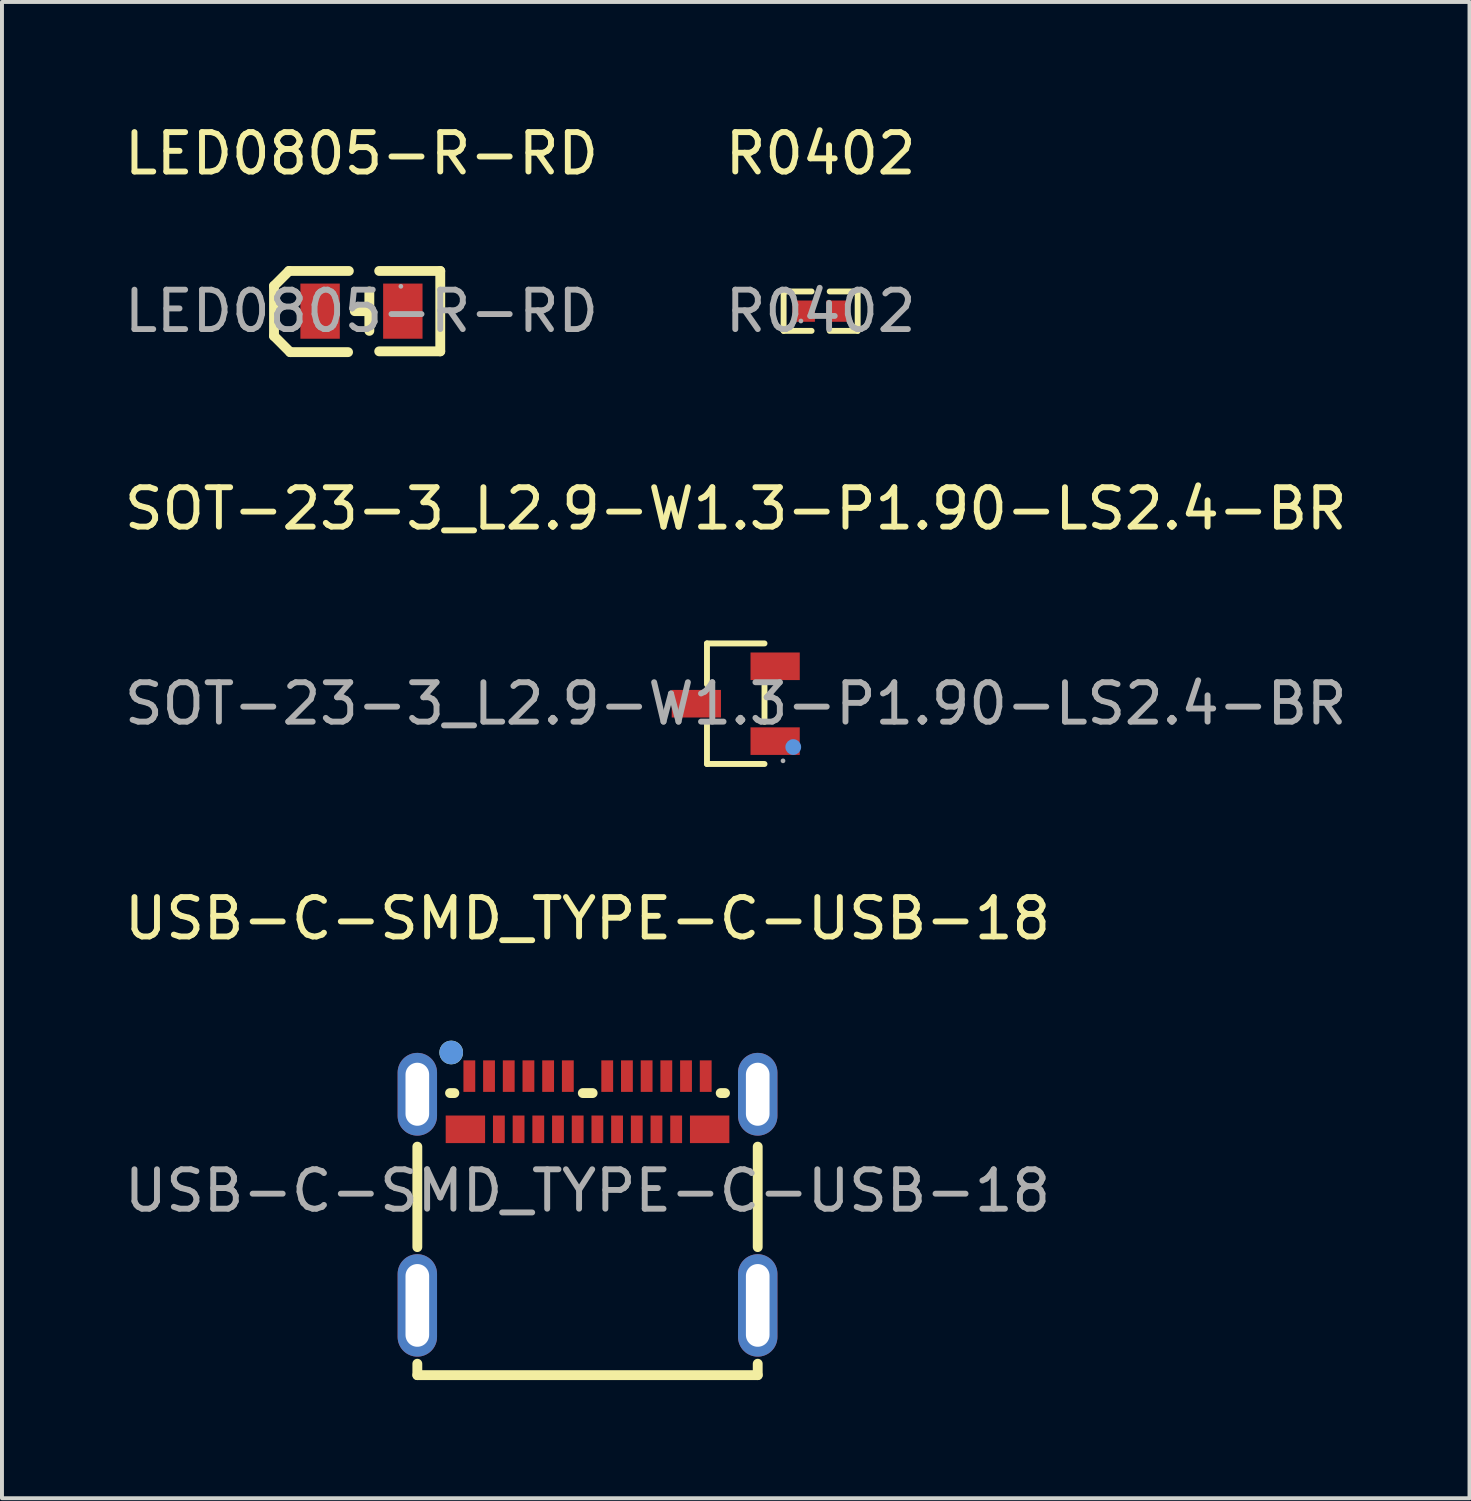
<source format=kicad_pcb>
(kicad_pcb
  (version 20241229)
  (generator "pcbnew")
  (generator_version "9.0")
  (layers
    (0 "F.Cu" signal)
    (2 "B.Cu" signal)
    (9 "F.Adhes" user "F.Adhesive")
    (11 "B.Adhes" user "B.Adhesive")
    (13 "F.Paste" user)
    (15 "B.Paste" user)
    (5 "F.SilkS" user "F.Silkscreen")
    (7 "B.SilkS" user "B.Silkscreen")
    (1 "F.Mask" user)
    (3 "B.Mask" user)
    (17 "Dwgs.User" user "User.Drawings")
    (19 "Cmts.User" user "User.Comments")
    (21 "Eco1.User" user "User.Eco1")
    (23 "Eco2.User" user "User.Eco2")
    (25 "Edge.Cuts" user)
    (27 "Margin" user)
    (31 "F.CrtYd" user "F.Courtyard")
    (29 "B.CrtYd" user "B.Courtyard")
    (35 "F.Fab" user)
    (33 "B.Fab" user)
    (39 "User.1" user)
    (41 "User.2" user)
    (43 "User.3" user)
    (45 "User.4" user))
  (footprint "SOT-23-3_L2.9-W1.3-P1.90-LS2.4-BR"
    (layer "F.Cu")
    (at 15.625 14.812)
    (property "Reference" "SOT-23-3_L2.9-W1.3-P1.90-LS2.4-BR" (at 0 -4.95 0) (layer "F.SilkS") (effects (font (size 1 1) (thickness 0.15))))
    (attr smd)
    (fp_line (start -0.73 -1.53) (end -0.73 -0.49) (stroke (width 0.15) (type solid)) (layer "F.SilkS"))
    (fp_line (start -0.73 1.53) (end -0.73 0.49) (stroke (width 0.15) (type solid)) (layer "F.SilkS"))
    (fp_line (start 0.73 -1.53) (end -0.73 -1.53) (stroke (width 0.15) (type solid)) (layer "F.SilkS"))
    (fp_line (start 0.73 -0.46) (end 0.73 0.46) (stroke (width 0.15) (type solid)) (layer "F.SilkS"))
    (fp_line (start 0.73 1.53) (end -0.73 1.53) (stroke (width 0.15) (type solid)) (layer "F.SilkS"))
    (fp_circle (center 1.46 1.1) (end 1.56 1.1) (stroke (width 0.2) (type solid)) (fill no) (layer "Cmts.User"))
    (fp_circle (center 1.2 1.45) (end 1.23 1.45) (stroke (width 0.06) (type solid)) (fill no) (layer "F.Fab"))
    (fp_text user "${REFERENCE}" (at 0 0 0) (layer "F.Fab") (effects (font (size 1 1) (thickness 0.15))))
    (pad "1" smd rect (at 1 0.95) (size 1.25 0.7) (layers "F.Cu" "F.Mask" "F.Paste"))
    (pad "2" smd rect (at 1 -0.95) (size 1.25 0.7) (layers "F.Cu" "F.Mask" "F.Paste"))
    (pad "3" smd rect (at -1 0) (size 1.25 0.7) (layers "F.Cu" "F.Mask" "F.Paste")))
  (footprint "R0402"
    (layer "F.Cu")
    (at 17.78 4.848)
    (property "Reference" "R0402" (at 0 -4 0) (layer "F.SilkS") (effects (font (size 1 1) (thickness 0.15))))
    (attr smd)
    (fp_line (start -0.94 -0.5) (end -0.23 -0.5) (stroke (width 0.15) (type solid)) (layer "F.SilkS"))
    (fp_line (start -0.94 0.5) (end -0.94 -0.5) (stroke (width 0.15) (type solid)) (layer "F.SilkS"))
    (fp_line (start -0.23 0.5) (end -0.94 0.5) (stroke (width 0.15) (type solid)) (layer "F.SilkS"))
    (fp_line (start 0.23 0.5) (end 0.94 0.5) (stroke (width 0.15) (type solid)) (layer "F.SilkS"))
    (fp_line (start 0.94 -0.5) (end 0.23 -0.5) (stroke (width 0.15) (type solid)) (layer "F.SilkS"))
    (fp_line (start 0.94 0.5) (end 0.94 -0.5) (stroke (width 0.15) (type solid)) (layer "F.SilkS"))
    (fp_circle (center -0.5 0.25) (end -0.47 0.25) (stroke (width 0.06) (type solid)) (fill no) (layer "F.Fab"))
    (fp_text user "${REFERENCE}" (at 0 0 0) (layer "F.Fab") (effects (font (size 1 1) (thickness 0.15))))
    (pad "1" smd rect (at -0.43 0) (size 0.57 0.54) (layers "F.Cu" "F.Mask" "F.Paste"))
    (pad "2" smd rect (at 0.43 0) (size 0.57 0.54) (layers "F.Cu" "F.Mask" "F.Paste")))
  (footprint "USB-C-SMD_TYPE-C-USB-18"
    (layer "F.Cu")
    (at 11.863 27.175)
    (property "Reference" "USB-C-SMD_TYPE-C-USB-18" (at 0 -6.91 0) (layer "F.SilkS") (effects (font (size 1 1) (thickness 0.15))))
    (attr smd)
    (fp_line (start -4.32 1.43) (end -4.32 -1.12) (stroke (width 0.25) (type solid)) (layer "F.SilkS"))
    (fp_line (start -4.32 4.68) (end -4.32 4.39) (stroke (width 0.25) (type solid)) (layer "F.SilkS"))
    (fp_line (start -3.49 -2.48) (end -3.38 -2.48) (stroke (width 0.25) (type solid)) (layer "F.SilkS"))
    (fp_line (start -0.12 -2.48) (end 0.13 -2.48) (stroke (width 0.25) (type solid)) (layer "F.SilkS"))
    (fp_line (start 3.38 -2.48) (end 3.49 -2.48) (stroke (width 0.25) (type solid)) (layer "F.SilkS"))
    (fp_line (start 4.32 -1.12) (end 4.32 1.43) (stroke (width 0.25) (type solid)) (layer "F.SilkS"))
    (fp_line (start 4.32 4.39) (end 4.32 4.68) (stroke (width 0.25) (type solid)) (layer "F.SilkS"))
    (fp_line (start 4.32 4.68) (end -4.32 4.68) (stroke (width 0.25) (type solid)) (layer "F.SilkS"))
    (fp_circle (center -3.46 -3.51) (end -3.31 -3.51) (stroke (width 0.3) (type solid)) (fill no) (layer "F.SilkS"))
    (fp_circle (center -3.46 -3.51) (end -3.31 -3.51) (stroke (width 0.3) (type solid)) (fill no) (layer "Cmts.User"))
    (fp_circle (center -4.48 -3.03) (end -4.45 -3.03) (stroke (width 0.06) (type solid)) (fill no) (layer "F.Fab"))
    (fp_text user "${REFERENCE}" (at 0 0 0) (layer "F.Fab") (effects (font (size 1 1) (thickness 0.15))))
    (pad "0" thru_hole oval (at -4.32 -2.45) (size 1 2.1) (drill oval 0.6 1.6) (layers "*.Cu" "*.Paste" "*.Mask"))
    (pad "0" thru_hole oval (at -4.32 2.91) (size 1 2.6) (drill oval 0.6 2.1) (layers "*.Cu" "*.Paste" "*.Mask"))
    (pad "0" thru_hole oval (at 4.32 -2.45) (size 1 2.1) (drill oval 0.6 1.6) (layers "*.Cu" "*.Paste" "*.Mask"))
    (pad "0" thru_hole oval (at 4.32 2.91) (size 1 2.6) (drill oval 0.6 2.1) (layers "*.Cu" "*.Paste" "*.Mask"))
    (pad "A1" smd rect (at -3 -2.91) (size 0.3 0.8) (layers "F.Cu" "F.Mask" "F.Paste"))
    (pad "A2" smd rect (at -2.5 -2.91) (size 0.3 0.8) (layers "F.Cu" "F.Mask" "F.Paste"))
    (pad "A3" smd rect (at -2 -2.91) (size 0.3 0.8) (layers "F.Cu" "F.Mask" "F.Paste"))
    (pad "A4" smd rect (at -1.5 -2.91) (size 0.3 0.8) (layers "F.Cu" "F.Mask" "F.Paste"))
    (pad "A5" smd rect (at -1 -2.91) (size 0.3 0.8) (layers "F.Cu" "F.Mask" "F.Paste"))
    (pad "A6" smd rect (at -0.5 -2.91) (size 0.3 0.8) (layers "F.Cu" "F.Mask" "F.Paste"))
    (pad "A7" smd rect (at 0.5 -2.91) (size 0.3 0.8) (layers "F.Cu" "F.Mask" "F.Paste"))
    (pad "A8" smd rect (at 1 -2.91) (size 0.3 0.8) (layers "F.Cu" "F.Mask" "F.Paste"))
    (pad "A9" smd rect (at 1.5 -2.91) (size 0.3 0.8) (layers "F.Cu" "F.Mask" "F.Paste"))
    (pad "A10" smd rect (at 2 -2.91) (size 0.3 0.8) (layers "F.Cu" "F.Mask" "F.Paste"))
    (pad "A11" smd rect (at 2.5 -2.91) (size 0.3 0.8) (layers "F.Cu" "F.Mask" "F.Paste"))
    (pad "A12" smd rect (at 3 -2.91) (size 0.3 0.8) (layers "F.Cu" "F.Mask" "F.Paste"))
    (pad "B1" smd rect (at 3.1 -1.56) (size 1 0.7) (layers "F.Cu" "F.Mask" "F.Paste"))
    (pad "B2" smd rect (at 2.25 -1.56) (size 0.3 0.7) (layers "F.Cu" "F.Mask" "F.Paste"))
    (pad "B3" smd rect (at 1.75 -1.56) (size 0.3 0.7) (layers "F.Cu" "F.Mask" "F.Paste"))
    (pad "B4" smd rect (at 1.25 -1.56) (size 0.3 0.7) (layers "F.Cu" "F.Mask" "F.Paste"))
    (pad "B5" smd rect (at 0.75 -1.56) (size 0.3 0.7) (layers "F.Cu" "F.Mask" "F.Paste"))
    (pad "B6" smd rect (at 0.25 -1.56) (size 0.3 0.7) (layers "F.Cu" "F.Mask" "F.Paste"))
    (pad "B7" smd rect (at -0.25 -1.56) (size 0.3 0.7) (layers "F.Cu" "F.Mask" "F.Paste"))
    (pad "B8" smd rect (at -0.75 -1.56) (size 0.3 0.7) (layers "F.Cu" "F.Mask" "F.Paste"))
    (pad "B9" smd rect (at -1.25 -1.56) (size 0.3 0.7) (layers "F.Cu" "F.Mask" "F.Paste"))
    (pad "B10" smd rect (at -1.75 -1.56) (size 0.3 0.7) (layers "F.Cu" "F.Mask" "F.Paste"))
    (pad "B11" smd rect (at -2.25 -1.56) (size 0.3 0.7) (layers "F.Cu" "F.Mask" "F.Paste"))
    (pad "B12" smd rect (at -3.1 -1.56) (size 1 0.7) (layers "F.Cu" "F.Mask" "F.Paste")))
  (footprint "LED0805-R-RD"
    (layer "F.Cu")
    (at 6.125 4.848)
    (property "Reference" "LED0805-R-RD" (at 0 -4 0) (layer "F.SilkS") (effects (font (size 1 1) (thickness 0.15))))
    (attr smd)
    (fp_line (start -2.22 -0.64) (end -1.84 -1.02) (stroke (width 0.25) (type solid)) (layer "F.SilkS"))
    (fp_line (start -2.22 0.63) (end -2.22 -0.64) (stroke (width 0.25) (type solid)) (layer "F.SilkS"))
    (fp_line (start -1.84 -1.02) (end -0.32 -1.02) (stroke (width 0.25) (type solid)) (layer "F.SilkS"))
    (fp_line (start -1.81 1.04) (end -2.22 0.63) (stroke (width 0.25) (type solid)) (layer "F.SilkS"))
    (fp_line (start -0.34 1.04) (end -1.81 1.04) (stroke (width 0.25) (type solid)) (layer "F.SilkS"))
    (fp_line (start 0.1 0) (end -0.17 0) (stroke (width 0.25) (type solid)) (layer "F.SilkS"))
    (fp_line (start 0.2 -0.5) (end 0.2 0.5) (stroke (width 0.25) (type solid)) (layer "F.SilkS"))
    (fp_line (start 0.45 1.02) (end 2 1.02) (stroke (width 0.25) (type solid)) (layer "F.SilkS"))
    (fp_line (start 2 -1.02) (end 0.45 -1.02) (stroke (width 0.25) (type solid)) (layer "F.SilkS"))
    (fp_line (start 2 1.02) (end 2 -1.02) (stroke (width 0.25) (type solid)) (layer "F.SilkS"))
    (fp_circle (center 1 -0.63) (end 1.03 -0.63) (stroke (width 0.06) (type solid)) (fill no) (layer "F.Fab"))
    (fp_text user "${REFERENCE}" (at 0 0 0) (layer "F.Fab") (effects (font (size 1 1) (thickness 0.15))))
    (pad "1" smd rect (at 1.05 0 180) (size 1 1.4) (layers "F.Cu" "F.Mask" "F.Paste"))
    (pad "2" smd rect (at -1.05 0 180) (size 1 1.4) (layers "F.Cu" "F.Mask" "F.Paste")))
  (gr_rect
    (start -3 -3)
    (end 34.25 34.98)
    (stroke (width 0.1) (type default))
    (fill no)
    (layer "Edge.Cuts")))
</source>
